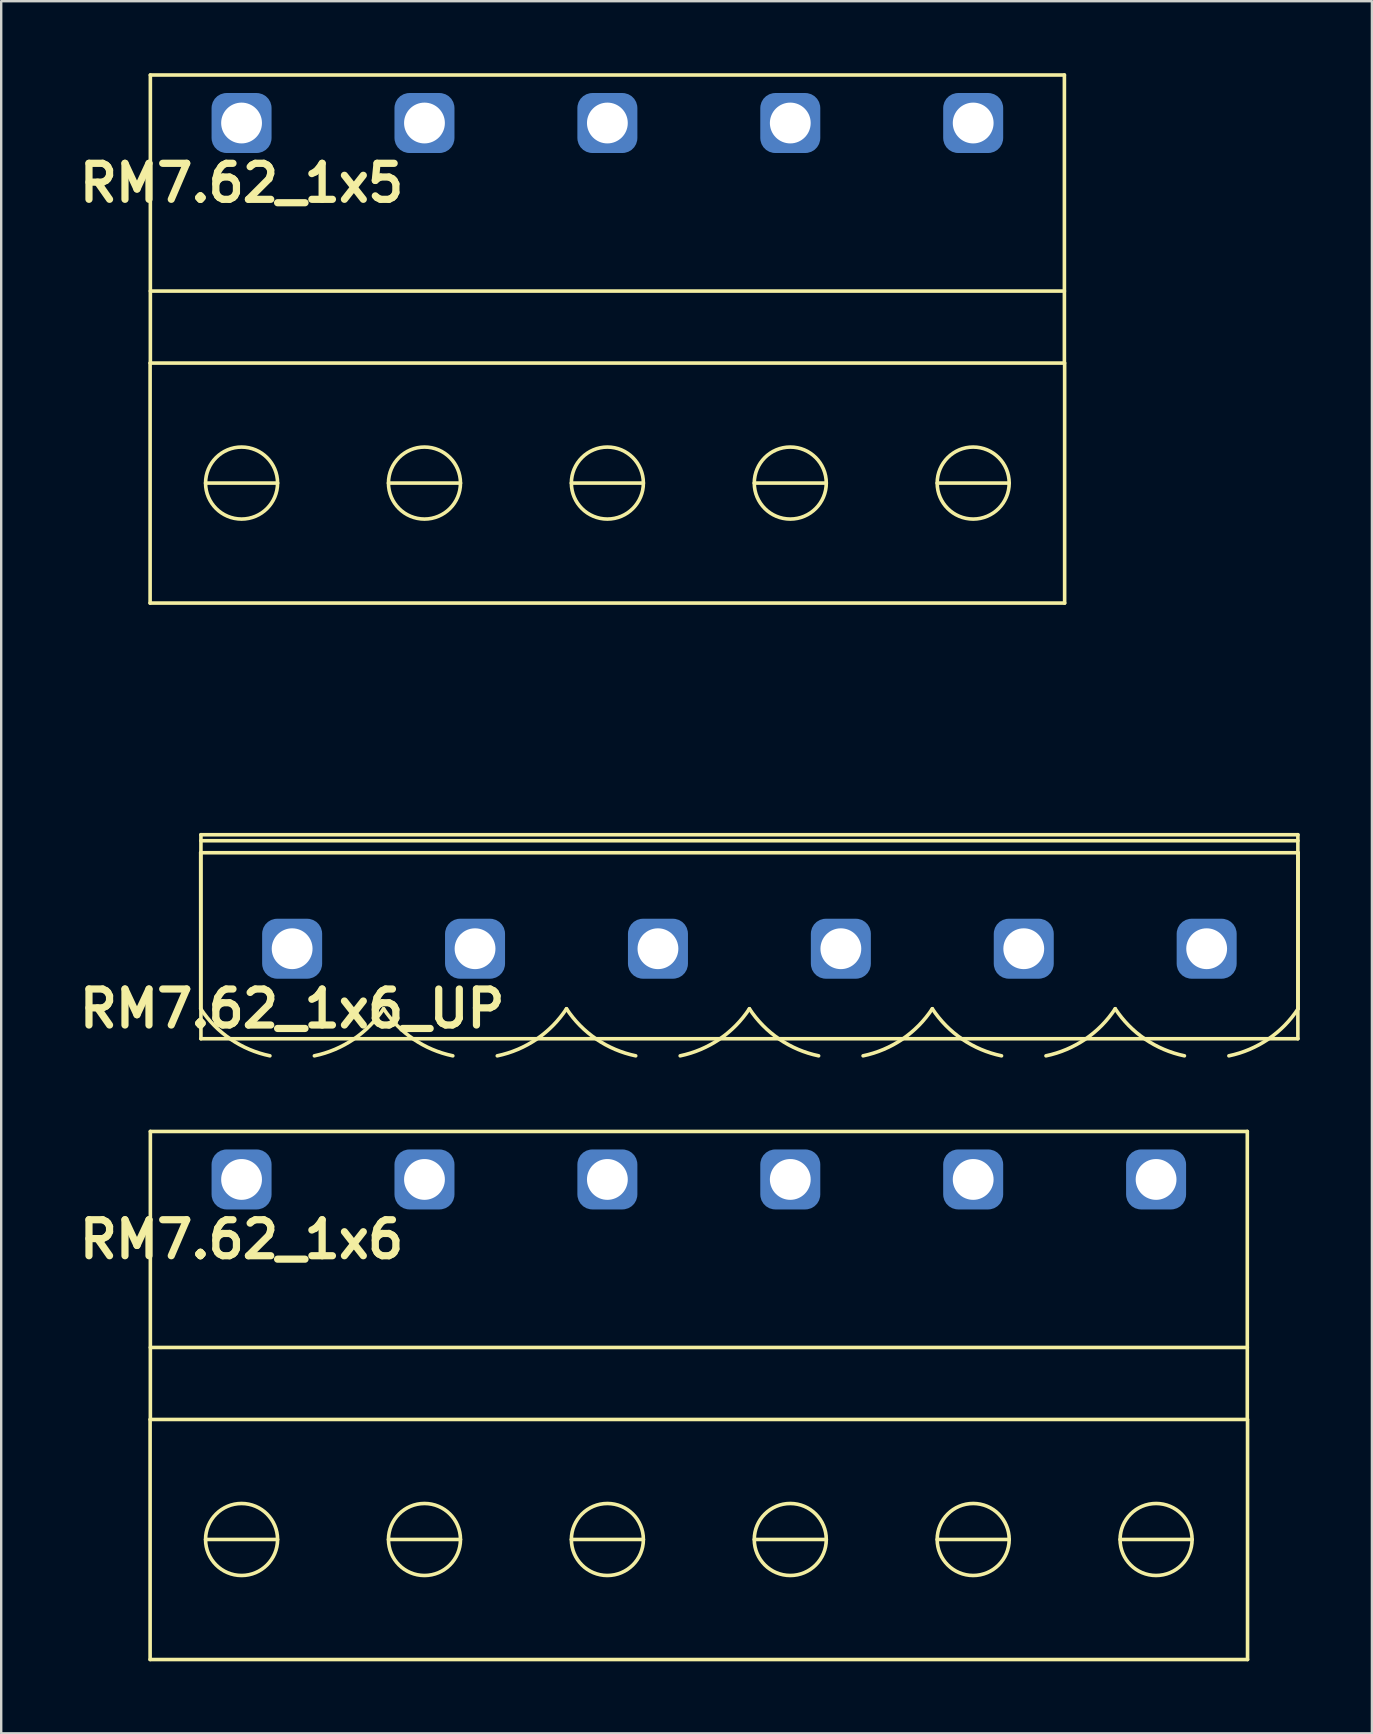
<source format=kicad_pcb>
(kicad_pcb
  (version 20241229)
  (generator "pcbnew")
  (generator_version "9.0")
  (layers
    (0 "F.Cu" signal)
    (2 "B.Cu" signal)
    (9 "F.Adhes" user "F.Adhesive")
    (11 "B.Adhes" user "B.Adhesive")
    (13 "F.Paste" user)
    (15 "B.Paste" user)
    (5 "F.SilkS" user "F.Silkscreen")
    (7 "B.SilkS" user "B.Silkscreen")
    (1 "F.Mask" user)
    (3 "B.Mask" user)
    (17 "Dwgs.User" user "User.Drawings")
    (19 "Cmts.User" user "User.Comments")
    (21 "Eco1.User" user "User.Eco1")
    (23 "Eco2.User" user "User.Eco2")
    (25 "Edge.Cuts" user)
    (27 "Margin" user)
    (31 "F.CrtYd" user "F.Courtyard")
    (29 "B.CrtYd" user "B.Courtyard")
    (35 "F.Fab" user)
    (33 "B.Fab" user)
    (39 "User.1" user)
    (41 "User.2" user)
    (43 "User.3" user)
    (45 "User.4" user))
  (footprint "RM7.62_1x6_UP"
    (layer "F.Cu")
    (at 9.121 36.475)
    (property "Reference" "RM7.62_1x6_UP" (at 0 2.5 0) (layer "F.SilkS") (effects (font (size 1.5 1.5) (thickness 0.3))))
    (attr through_hole)
    (fp_line (start -3.81 -4) (end -3.81 2.5) (stroke (width 0.15) (type solid)) (layer "F.SilkS"))
    (fp_line (start -3.81 -4) (end 41.91 -4) (stroke (width 0.15) (type solid)) (layer "F.SilkS"))
    (fp_line (start -3.8 -4.75) (end -3.8 3.75) (stroke (width 0.15) (type solid)) (layer "F.SilkS"))
    (fp_line (start -3.8 -4.5) (end 41.9 -4.5) (stroke (width 0.15) (type solid)) (layer "F.SilkS"))
    (fp_line (start -3.8 3.75) (end 41.9 3.75) (stroke (width 0.15) (type solid)) (layer "F.SilkS"))
    (fp_line (start 41.9 -4.75) (end -3.8 -4.75) (stroke (width 0.15) (type solid)) (layer "F.SilkS"))
    (fp_line (start 41.9 3.75) (end 41.9 -4.75) (stroke (width 0.15) (type solid)) (layer "F.SilkS"))
    (fp_line (start 41.91 -4) (end 41.91 2.5) (stroke (width 0.15) (type solid)) (layer "F.SilkS"))
    (fp_arc (start -0.92631 4.461844) (mid -2.563273 3.767723) (end -3.81 2.5) (stroke (width 0.15) (type solid)) (layer "F.SilkS"))
    (fp_arc (start 3.81 2.5) (mid 2.563272 3.767723) (end 0.92631 4.461844) (stroke (width 0.15) (type solid)) (layer "F.SilkS"))
    (fp_arc (start 6.69369 4.461844) (mid 5.056727 3.767723) (end 3.81 2.5) (stroke (width 0.15) (type solid)) (layer "F.SilkS"))
    (fp_arc (start 11.43 2.5) (mid 10.183272 3.767723) (end 8.54631 4.461844) (stroke (width 0.15) (type solid)) (layer "F.SilkS"))
    (fp_arc (start 14.31369 4.461844) (mid 12.676727 3.767723) (end 11.43 2.5) (stroke (width 0.15) (type solid)) (layer "F.SilkS"))
    (fp_arc (start 19.05 2.5) (mid 17.803272 3.767723) (end 16.16631 4.461844) (stroke (width 0.15) (type solid)) (layer "F.SilkS"))
    (fp_arc (start 21.93369 4.461844) (mid 20.296727 3.767723) (end 19.05 2.5) (stroke (width 0.15) (type solid)) (layer "F.SilkS"))
    (fp_arc (start 26.67 2.5) (mid 25.423272 3.767723) (end 23.78631 4.461844) (stroke (width 0.15) (type solid)) (layer "F.SilkS"))
    (fp_arc (start 29.55369 4.461844) (mid 27.916727 3.767723) (end 26.67 2.5) (stroke (width 0.15) (type solid)) (layer "F.SilkS"))
    (fp_arc (start 34.29 2.5) (mid 33.043272 3.767723) (end 31.40631 4.461844) (stroke (width 0.15) (type solid)) (layer "F.SilkS"))
    (fp_arc (start 37.17369 4.461844) (mid 35.536727 3.767723) (end 34.29 2.5) (stroke (width 0.15) (type solid)) (layer "F.SilkS"))
    (fp_arc (start 41.91 2.5) (mid 40.663272 3.767723) (end 39.02631 4.461844) (stroke (width 0.15) (type solid)) (layer "F.SilkS"))
    (fp_line (start -3.81 -11.25) (end -3.81 3.75) (stroke (width 0.15) (type solid)) (layer "Margin"))
    (fp_line (start -3.81 3.75) (end 41.91 3.75) (stroke (width 0.15) (type solid)) (layer "Margin"))
    (fp_line (start -1.25 -1.25) (end -1.25 1) (stroke (width 0.15) (type solid)) (layer "Margin"))
    (fp_line (start -1.25 1) (end 1.25 1) (stroke (width 0.15) (type solid)) (layer "Margin"))
    (fp_line (start 1.25 -1.25) (end -1.25 -1.25) (stroke (width 0.15) (type solid)) (layer "Margin"))
    (fp_line (start 1.25 1) (end 1.25 -1.25) (stroke (width 0.15) (type solid)) (layer "Margin"))
    (fp_line (start 6.37 -1.25) (end 6.37 1) (stroke (width 0.15) (type solid)) (layer "Margin"))
    (fp_line (start 6.37 1) (end 8.87 1) (stroke (width 0.15) (type solid)) (layer "Margin"))
    (fp_line (start 8.87 -1.25) (end 6.37 -1.25) (stroke (width 0.15) (type solid)) (layer "Margin"))
    (fp_line (start 8.87 1) (end 8.87 -1.25) (stroke (width 0.15) (type solid)) (layer "Margin"))
    (fp_line (start 13.99 -1.25) (end 13.99 1) (stroke (width 0.15) (type solid)) (layer "Margin"))
    (fp_line (start 13.99 1) (end 16.49 1) (stroke (width 0.15) (type solid)) (layer "Margin"))
    (fp_line (start 16.49 -1.25) (end 13.99 -1.25) (stroke (width 0.15) (type solid)) (layer "Margin"))
    (fp_line (start 16.49 1) (end 16.49 -1.25) (stroke (width 0.15) (type solid)) (layer "Margin"))
    (fp_line (start 21.61 -1.25) (end 21.61 1) (stroke (width 0.15) (type solid)) (layer "Margin"))
    (fp_line (start 21.61 1) (end 24.11 1) (stroke (width 0.15) (type solid)) (layer "Margin"))
    (fp_line (start 24.11 -1.25) (end 21.61 -1.25) (stroke (width 0.15) (type solid)) (layer "Margin"))
    (fp_line (start 24.11 1) (end 24.11 -1.25) (stroke (width 0.15) (type solid)) (layer "Margin"))
    (fp_line (start 29.23 -1.25) (end 29.23 1) (stroke (width 0.15) (type solid)) (layer "Margin"))
    (fp_line (start 29.23 1) (end 31.73 1) (stroke (width 0.15) (type solid)) (layer "Margin"))
    (fp_line (start 31.73 -1.25) (end 29.23 -1.25) (stroke (width 0.15) (type solid)) (layer "Margin"))
    (fp_line (start 31.73 1) (end 31.73 -1.25) (stroke (width 0.15) (type solid)) (layer "Margin"))
    (fp_line (start 36.85 -1.25) (end 36.85 1) (stroke (width 0.15) (type solid)) (layer "Margin"))
    (fp_line (start 36.85 1) (end 39.35 1) (stroke (width 0.15) (type solid)) (layer "Margin"))
    (fp_line (start 39.35 -1.25) (end 36.85 -1.25) (stroke (width 0.15) (type solid)) (layer "Margin"))
    (fp_line (start 39.35 1) (end 39.35 -1.25) (stroke (width 0.15) (type solid)) (layer "Margin"))
    (fp_line (start 41.91 -11.25) (end -3.81 -11.25) (stroke (width 0.15) (type solid)) (layer "Margin"))
    (fp_line (start 41.91 3.75) (end 41.91 -11.25) (stroke (width 0.15) (type solid)) (layer "Margin"))
    (pad "1" thru_hole circle (at 0 0) (size 2 2) (drill 1.7) (layers "*.Cu" "*.Mask"))
    (pad "1" smd roundrect (at 0 0) (size 2.5 2.5) (layers "B.Cu" "B.Mask") (roundrect_rratio 0.25))
    (pad "2" thru_hole circle (at 7.62 0) (size 2 2) (drill 1.7) (layers "*.Cu" "*.Mask"))
    (pad "2" smd roundrect (at 7.62 0) (size 2.5 2.5) (layers "B.Cu" "B.Mask") (roundrect_rratio 0.25))
    (pad "3" thru_hole circle (at 15.24 0) (size 2 2) (drill 1.7) (layers "*.Cu" "*.Mask"))
    (pad "3" smd roundrect (at 15.24 0) (size 2.5 2.5) (layers "B.Cu" "B.Mask") (roundrect_rratio 0.25))
    (pad "4" thru_hole circle (at 22.86 0) (size 2 2) (drill 1.7) (layers "*.Cu" "*.Mask"))
    (pad "4" smd roundrect (at 22.86 0) (size 2.5 2.5) (layers "B.Cu" "B.Mask") (roundrect_rratio 0.25))
    (pad "5" thru_hole circle (at 30.48 0) (size 2 2) (drill 1.7) (layers "*.Cu" "*.Mask"))
    (pad "5" smd roundrect (at 30.48 0) (size 2.5 2.5) (layers "B.Cu" "B.Mask") (roundrect_rratio 0.25))
    (pad "6" thru_hole circle (at 38.1 0) (size 2 2) (drill 1.7) (layers "*.Cu" "*.Mask"))
    (pad "6" smd roundrect (at 38.1 0) (size 2.5 2.5) (layers "B.Cu" "B.Mask") (roundrect_rratio 0.25)))
  (footprint "RM7.62_1x6"
    (layer "F.Cu")
    (at 7.014 46.087)
    (property "Reference" "RM7.62_1x6" (at 0 2.5 0) (layer "F.SilkS") (effects (font (size 1.5 1.5) (thickness 0.3))))
    (attr through_hole)
    (fp_line (start -3.81 20) (end -3.81 10) (stroke (width 0.15) (type solid)) (layer "F.SilkS"))
    (fp_line (start -3.81 20) (end 41.91 20) (stroke (width 0.15) (type solid)) (layer "F.SilkS"))
    (fp_line (start -3.8 -2) (end -3.8 10) (stroke (width 0.15) (type solid)) (layer "F.SilkS"))
    (fp_line (start -3.8 7) (end 41.9 7) (stroke (width 0.15) (type solid)) (layer "F.SilkS"))
    (fp_line (start -3.8 10) (end 41.9 10) (stroke (width 0.15) (type solid)) (layer "F.SilkS"))
    (fp_line (start -1.5 15) (end 1.5 15) (stroke (width 0.15) (type solid)) (layer "F.SilkS"))
    (fp_line (start 6.12 15) (end 9.12 15) (stroke (width 0.15) (type solid)) (layer "F.SilkS"))
    (fp_line (start 13.74 15) (end 16.74 15) (stroke (width 0.15) (type solid)) (layer "F.SilkS"))
    (fp_line (start 21.36 15) (end 24.36 15) (stroke (width 0.15) (type solid)) (layer "F.SilkS"))
    (fp_line (start 28.98 15) (end 31.98 15) (stroke (width 0.15) (type solid)) (layer "F.SilkS"))
    (fp_line (start 36.6 15) (end 39.6 15) (stroke (width 0.15) (type solid)) (layer "F.SilkS"))
    (fp_line (start 41.9 -2) (end -3.8 -2) (stroke (width 0.15) (type solid)) (layer "F.SilkS"))
    (fp_line (start 41.9 10) (end 41.9 -2) (stroke (width 0.15) (type solid)) (layer "F.SilkS"))
    (fp_line (start 41.91 20) (end 41.91 10) (stroke (width 0.15) (type solid)) (layer "F.SilkS"))
    (fp_circle (center 0 15) (end 0 13.5) (stroke (width 0.15) (type solid)) (fill no) (layer "F.SilkS"))
    (fp_circle (center 7.62 15) (end 7.62 13.5) (stroke (width 0.15) (type solid)) (fill no) (layer "F.SilkS"))
    (fp_circle (center 15.24 15) (end 15.24 13.5) (stroke (width 0.15) (type solid)) (fill no) (layer "F.SilkS"))
    (fp_circle (center 22.86 15) (end 22.86 13.5) (stroke (width 0.15) (type solid)) (fill no) (layer "F.SilkS"))
    (fp_circle (center 30.48 15) (end 30.48 13.5) (stroke (width 0.15) (type solid)) (fill no) (layer "F.SilkS"))
    (fp_circle (center 38.1 15) (end 38.1 13.5) (stroke (width 0.15) (type solid)) (fill no) (layer "F.SilkS"))
    (pad "1" thru_hole circle (at 0 0) (size 2 2) (drill 1.7) (layers "*.Cu" "*.Mask"))
    (pad "1" smd roundrect (at 0 0) (size 2.5 2.5) (layers "B.Cu" "B.Mask") (roundrect_rratio 0.25))
    (pad "2" thru_hole circle (at 7.62 0) (size 2 2) (drill 1.7) (layers "*.Cu" "*.Mask"))
    (pad "2" smd roundrect (at 7.62 0) (size 2.5 2.5) (layers "B.Cu" "B.Mask") (roundrect_rratio 0.25))
    (pad "3" thru_hole circle (at 15.24 0) (size 2 2) (drill 1.7) (layers "*.Cu" "*.Mask"))
    (pad "3" smd roundrect (at 15.24 0) (size 2.5 2.5) (layers "B.Cu" "B.Mask") (roundrect_rratio 0.25))
    (pad "4" thru_hole circle (at 22.86 0) (size 2 2) (drill 1.7) (layers "*.Cu" "*.Mask"))
    (pad "4" smd roundrect (at 22.86 0) (size 2.5 2.5) (layers "B.Cu" "B.Mask") (roundrect_rratio 0.25))
    (pad "5" thru_hole circle (at 30.48 0) (size 2 2) (drill 1.7) (layers "*.Cu" "*.Mask"))
    (pad "5" smd roundrect (at 30.48 0) (size 2.5 2.5) (layers "B.Cu" "B.Mask") (roundrect_rratio 0.25))
    (pad "6" thru_hole circle (at 38.1 0) (size 2 2) (drill 1.7) (layers "*.Cu" "*.Mask"))
    (pad "6" smd roundrect (at 38.1 0) (size 2.5 2.5) (layers "B.Cu" "B.Mask") (roundrect_rratio 0.25)))
  (footprint "RM7.62_1x5"
    (layer "F.Cu")
    (at 7.014 2.075)
    (property "Reference" "RM7.62_1x5" (at 0 2.5 0) (layer "F.SilkS") (effects (font (size 1.5 1.5) (thickness 0.3))))
    (attr through_hole)
    (fp_line (start -3.81 20) (end -3.81 10) (stroke (width 0.15) (type solid)) (layer "F.SilkS"))
    (fp_line (start -3.81 20) (end 34.29 20) (stroke (width 0.15) (type solid)) (layer "F.SilkS"))
    (fp_line (start -3.8 -2) (end -3.8 10) (stroke (width 0.15) (type solid)) (layer "F.SilkS"))
    (fp_line (start -3.8 7) (end 34.28 7) (stroke (width 0.15) (type solid)) (layer "F.SilkS"))
    (fp_line (start -3.8 10) (end 34.28 10) (stroke (width 0.15) (type solid)) (layer "F.SilkS"))
    (fp_line (start -1.5 15) (end 1.5 15) (stroke (width 0.15) (type solid)) (layer "F.SilkS"))
    (fp_line (start 6.12 15) (end 9.12 15) (stroke (width 0.15) (type solid)) (layer "F.SilkS"))
    (fp_line (start 13.74 15) (end 16.74 15) (stroke (width 0.15) (type solid)) (layer "F.SilkS"))
    (fp_line (start 21.36 15) (end 24.36 15) (stroke (width 0.15) (type solid)) (layer "F.SilkS"))
    (fp_line (start 28.98 15) (end 31.98 15) (stroke (width 0.15) (type solid)) (layer "F.SilkS"))
    (fp_line (start 34.28 -2) (end -3.8 -2) (stroke (width 0.15) (type solid)) (layer "F.SilkS"))
    (fp_line (start 34.28 10) (end 34.28 -2) (stroke (width 0.15) (type solid)) (layer "F.SilkS"))
    (fp_line (start 34.29 20) (end 34.29 10) (stroke (width 0.15) (type solid)) (layer "F.SilkS"))
    (fp_circle (center 0 15) (end 0 13.5) (stroke (width 0.15) (type solid)) (fill no) (layer "F.SilkS"))
    (fp_circle (center 7.62 15) (end 7.62 13.5) (stroke (width 0.15) (type solid)) (fill no) (layer "F.SilkS"))
    (fp_circle (center 15.24 15) (end 15.24 13.5) (stroke (width 0.15) (type solid)) (fill no) (layer "F.SilkS"))
    (fp_circle (center 22.86 15) (end 22.86 13.5) (stroke (width 0.15) (type solid)) (fill no) (layer "F.SilkS"))
    (fp_circle (center 30.48 15) (end 30.48 13.5) (stroke (width 0.15) (type solid)) (fill no) (layer "F.SilkS"))
    (pad "1" thru_hole circle (at 0 0) (size 2 2) (drill 1.7) (layers "*.Cu" "*.Mask"))
    (pad "1" smd roundrect (at 0 0) (size 2.5 2.5) (layers "B.Cu" "B.Mask") (roundrect_rratio 0.25))
    (pad "2" thru_hole circle (at 7.62 0) (size 2 2) (drill 1.7) (layers "*.Cu" "*.Mask"))
    (pad "2" smd roundrect (at 7.62 0) (size 2.5 2.5) (layers "B.Cu" "B.Mask") (roundrect_rratio 0.25))
    (pad "3" thru_hole circle (at 15.24 0) (size 2 2) (drill 1.7) (layers "*.Cu" "*.Mask"))
    (pad "3" smd roundrect (at 15.24 0) (size 2.5 2.5) (layers "B.Cu" "B.Mask") (roundrect_rratio 0.25))
    (pad "4" thru_hole circle (at 22.86 0) (size 2 2) (drill 1.7) (layers "*.Cu" "*.Mask"))
    (pad "4" smd roundrect (at 22.86 0) (size 2.5 2.5) (layers "B.Cu" "B.Mask") (roundrect_rratio 0.25))
    (pad "5" thru_hole circle (at 30.48 0) (size 2 2) (drill 1.7) (layers "*.Cu" "*.Mask"))
    (pad "5" smd roundrect (at 30.48 0) (size 2.5 2.5) (layers "B.Cu" "B.Mask") (roundrect_rratio 0.25)))
  (gr_rect
    (start -3 -3)
    (end 54.106 69.162)
    (stroke (width 0.1) (type default))
    (fill no)
    (layer "Edge.Cuts")))
</source>
